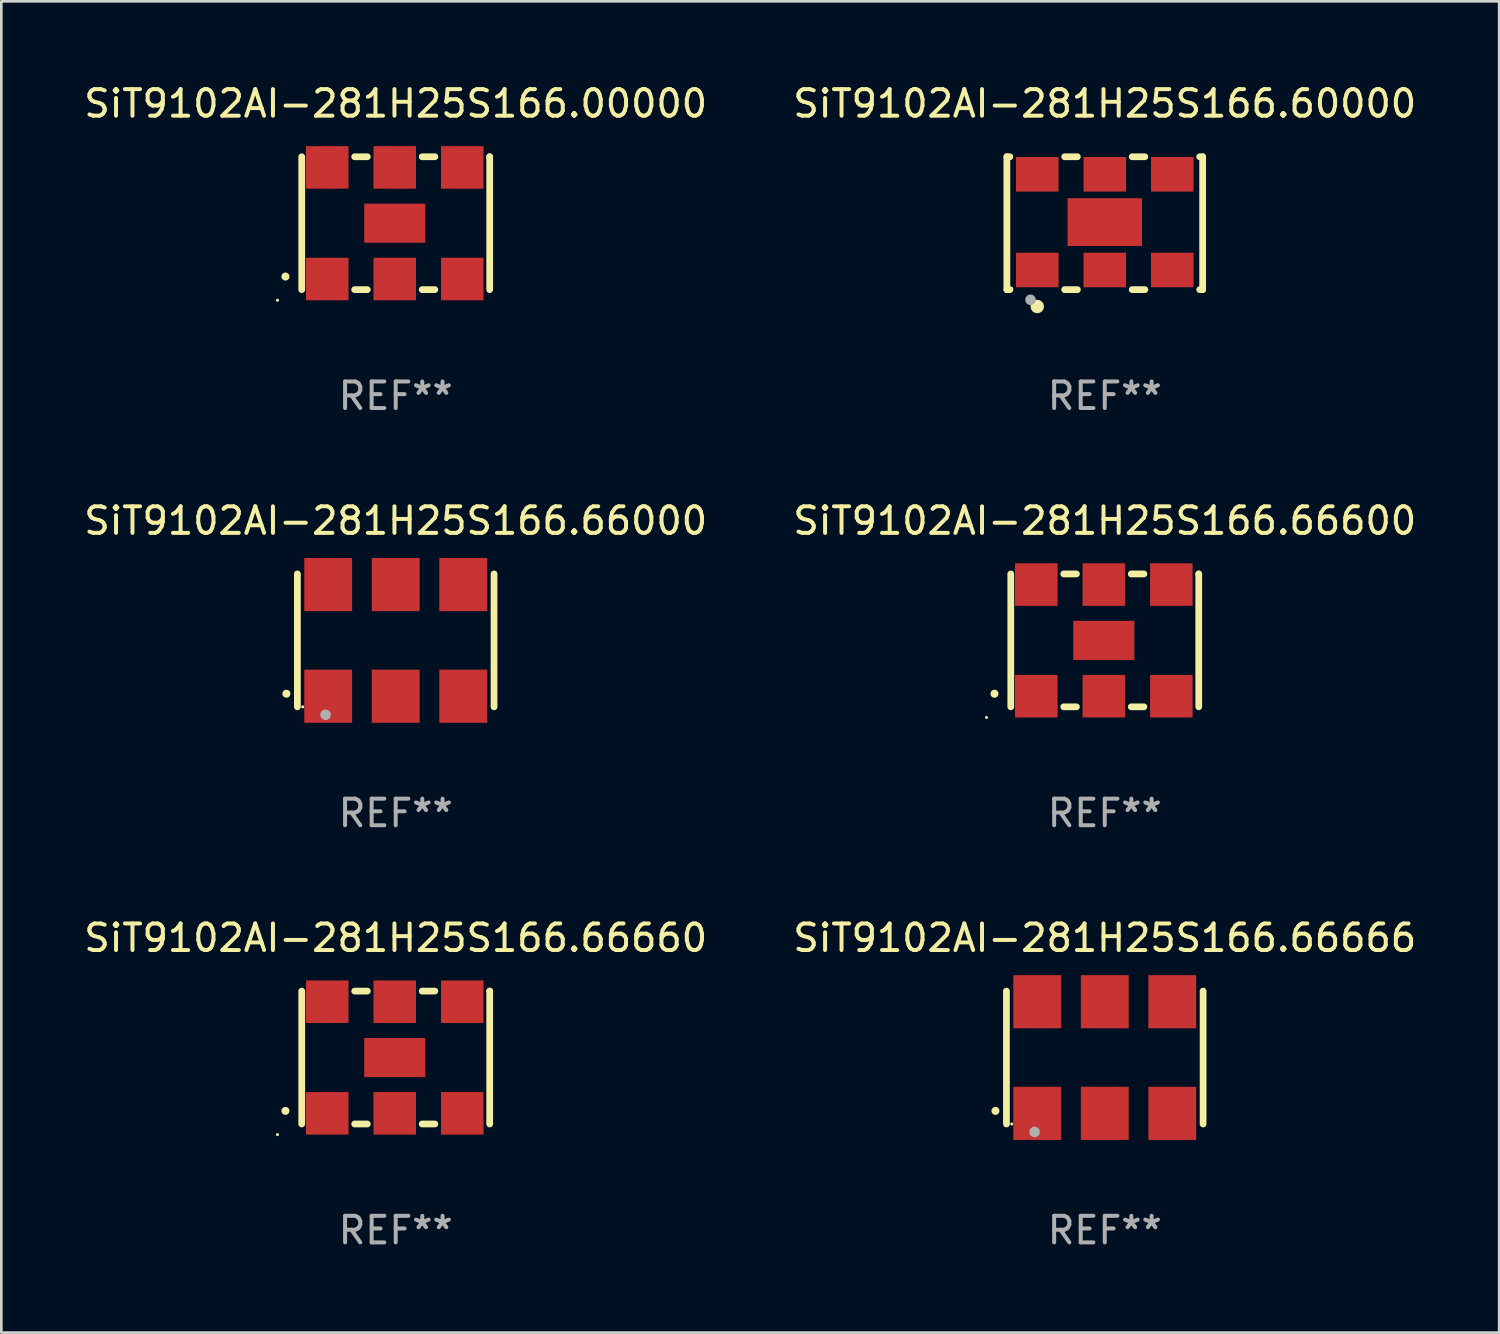
<source format=kicad_pcb>
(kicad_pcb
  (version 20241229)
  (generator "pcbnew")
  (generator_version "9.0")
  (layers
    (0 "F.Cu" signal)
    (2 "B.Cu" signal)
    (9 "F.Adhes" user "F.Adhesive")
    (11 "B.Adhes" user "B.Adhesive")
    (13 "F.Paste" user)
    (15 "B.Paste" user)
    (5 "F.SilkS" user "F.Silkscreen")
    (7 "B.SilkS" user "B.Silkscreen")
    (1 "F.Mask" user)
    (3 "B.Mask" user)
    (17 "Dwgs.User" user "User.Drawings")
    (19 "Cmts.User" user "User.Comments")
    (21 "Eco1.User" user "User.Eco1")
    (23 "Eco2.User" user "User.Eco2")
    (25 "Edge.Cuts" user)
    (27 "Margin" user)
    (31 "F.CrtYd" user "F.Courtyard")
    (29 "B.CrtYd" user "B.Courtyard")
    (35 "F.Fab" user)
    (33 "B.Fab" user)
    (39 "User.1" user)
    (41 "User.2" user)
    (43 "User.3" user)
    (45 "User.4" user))
  (footprint "SiT9102AI-281H25S166.66000"
    (layer "F.Cu")
    (at 11.839 21.045)
    (property "Reference" "SiT9102AI-281H25S166.66000" (at 0 -4.5 0) (layer "F.SilkS") (effects (font (size 1 1) (thickness 0.15))))
    (attr through_hole)
    (fp_line (start -3.7 -2.5) (end -3.7 2.5) (stroke (width 0.254) (type solid)) (layer "F.SilkS"))
    (fp_line (start 3.7 -2.5) (end 3.7 2.5) (stroke (width 0.254) (type solid)) (layer "F.SilkS"))
    (fp_arc (start -4.114415 2.006604) (mid -4.113145 2.006599) (end -4.111875 2.006604) (stroke (width 0.3) (type solid)) (layer "F.SilkS"))
    (fp_circle (center -3.5 2.501) (end -3.47 2.501) (stroke (width 0.06) (type solid)) (fill no) (layer "F.SilkS"))
    (fp_circle (center -2.641 2.799) (end -2.541 2.799) (stroke (width 0.2) (type solid)) (fill no) (layer "F.Fab"))
    (fp_text user "REF**" (at 0 6.5 0) (layer "F.Fab") (effects (font (size 1 1) (thickness 0.15))))
    (pad "1" smd rect (at -2.54 2.1) (size 1.8 2) (layers "F.Cu" "F.Mask" "F.Paste"))
    (pad "2" smd rect (at 0.000394 2.1) (size 1.8 2) (layers "F.Cu" "F.Mask" "F.Paste"))
    (pad "3" smd rect (at 2.54 2.1) (size 1.8 2) (layers "F.Cu" "F.Mask" "F.Paste"))
    (pad "4" smd rect (at 2.54 -2.1) (size 1.8 2) (layers "F.Cu" "F.Mask" "F.Paste"))
    (pad "5" smd rect (at 0.000394 -2.1) (size 1.8 2) (layers "F.Cu" "F.Mask" "F.Paste"))
    (pad "6" smd rect (at -2.54 -2.1) (size 1.8 2) (layers "F.Cu" "F.Mask" "F.Paste")))
  (footprint "SiT9102AI-281H25S166.66600"
    (layer "F.Cu")
    (at 38.518 21.045)
    (property "Reference" "SiT9102AI-281H25S166.66600" (at 0 -4.5 0) (layer "F.SilkS") (effects (font (size 1 1) (thickness 0.15))))
    (attr through_hole)
    (fp_line (start -3.536 -2.5) (end -3.536 2.5) (stroke (width 0.254) (type solid)) (layer "F.SilkS"))
    (fp_line (start -1.544 2.5) (end -1.067 2.5) (stroke (width 0.254) (type solid)) (layer "F.SilkS"))
    (fp_line (start -1.067 -2.5) (end -1.544 -2.5) (stroke (width 0.254) (type solid)) (layer "F.SilkS"))
    (fp_line (start 0.996 2.5) (end 1.473 2.5) (stroke (width 0.254) (type solid)) (layer "F.SilkS"))
    (fp_line (start 1.473 -2.5) (end 0.996 -2.5) (stroke (width 0.254) (type solid)) (layer "F.SilkS"))
    (fp_line (start 3.536 -2.5) (end 3.536 -2.5) (stroke (width 0.254) (type solid)) (layer "F.SilkS"))
    (fp_line (start 3.536 2.5) (end 3.536 -2.5) (stroke (width 0.254) (type solid)) (layer "F.SilkS"))
    (fp_arc (start -4.150432 2.006604) (mid -4.149162 2.006599) (end -4.147892 2.006604) (stroke (width 0.3) (type solid)) (layer "F.SilkS"))
    (fp_circle (center -4.449 2.9) (end -4.419 2.9) (stroke (width 0.06) (type solid)) (fill no) (layer "F.SilkS"))
    (fp_text user "REF**" (at 0 6.5 0) (layer "F.Fab") (effects (font (size 1 1) (thickness 0.15))))
    (pad "1" smd rect (at -2.576 2.1) (size 1.6 1.6) (layers "F.Cu" "F.Mask" "F.Paste"))
    (pad "2" smd rect (at -0.036 2.1) (size 1.6 1.6) (layers "F.Cu" "F.Mask" "F.Paste"))
    (pad "3" smd rect (at 2.504 2.1) (size 1.6 1.6) (layers "F.Cu" "F.Mask" "F.Paste"))
    (pad "4" smd rect (at 2.504 -2.1) (size 1.6 1.6) (layers "F.Cu" "F.Mask" "F.Paste"))
    (pad "5" smd rect (at -0.036 -2.1) (size 1.6 1.6) (layers "F.Cu" "F.Mask" "F.Paste"))
    (pad "6" smd rect (at -2.576 -2.1) (size 1.6 1.6) (layers "F.Cu" "F.Mask" "F.Paste"))
    (pad "7" smd rect (at -0.036 0) (size 2.3 1.47) (layers "F.Cu" "F.Mask" "F.Paste")))
  (footprint "SiT9102AI-281H25S166.60000"
    (layer "F.Cu")
    (at 38.518 5.348)
    (property "Reference" "SiT9102AI-281H25S166.60000" (at 0 -4.5 0) (layer "F.SilkS") (effects (font (size 1 1) (thickness 0.15))))
    (attr through_hole)
    (fp_line (start -3.683 -2.5) (end -3.571 -2.5) (stroke (width 0.254) (type solid)) (layer "F.SilkS"))
    (fp_line (start -3.683 2.5) (end -3.683 -2.5) (stroke (width 0.254) (type solid)) (layer "F.SilkS"))
    (fp_line (start -3.683 2.5) (end -3.571 2.5) (stroke (width 0.254) (type solid)) (layer "F.SilkS"))
    (fp_line (start -1.509 -2.5) (end -1.031 -2.5) (stroke (width 0.254) (type solid)) (layer "F.SilkS"))
    (fp_line (start -1.509 2.5) (end -1.031 2.5) (stroke (width 0.254) (type solid)) (layer "F.SilkS"))
    (fp_line (start 1.031 -2.5) (end 1.509 -2.5) (stroke (width 0.254) (type solid)) (layer "F.SilkS"))
    (fp_line (start 1.031 2.5) (end 1.509 2.5) (stroke (width 0.254) (type solid)) (layer "F.SilkS"))
    (fp_line (start 3.571 -2.5) (end 3.683 -2.5) (stroke (width 0.254) (type solid)) (layer "F.SilkS"))
    (fp_line (start 3.571 2.5) (end 3.683 2.5) (stroke (width 0.254) (type solid)) (layer "F.SilkS"))
    (fp_line (start 3.683 2.5) (end 3.683 -2.5) (stroke (width 0.254) (type solid)) (layer "F.SilkS"))
    (fp_circle (center -3.5 2.46) (end -3.47 2.46) (stroke (width 0.06) (type solid)) (fill no) (layer "F.SilkS"))
    (fp_circle (center -2.54 3.135) (end -2.413 3.135) (stroke (width 0.254) (type solid)) (fill no) (layer "F.SilkS"))
    (fp_circle (center -2.794 2.881) (end -2.694 2.881) (stroke (width 0.2) (type solid)) (fill no) (layer "F.Fab"))
    (fp_text user "REF**" (at 0 6.5 0) (layer "F.Fab") (effects (font (size 1 1) (thickness 0.15))))
    (pad "1" smd rect (at -2.54 1.76) (size 1.6 1.3) (layers "F.Cu" "F.Mask" "F.Paste"))
    (pad "2" smd rect (at 0 1.76) (size 1.6 1.3) (layers "F.Cu" "F.Mask" "F.Paste"))
    (pad "3" smd rect (at 2.54 1.76) (size 1.6 1.3) (layers "F.Cu" "F.Mask" "F.Paste"))
    (pad "4" smd rect (at 2.54 -1.84) (size 1.6 1.3) (layers "F.Cu" "F.Mask" "F.Paste"))
    (pad "5" smd rect (at 0 -1.84) (size 1.6 1.3) (layers "F.Cu" "F.Mask" "F.Paste"))
    (pad "6" smd rect (at -2.54 -1.84) (size 1.6 1.3) (layers "F.Cu" "F.Mask" "F.Paste"))
    (pad "7" smd rect (at 0 -0.04) (size 2.8 1.8) (layers "F.Cu" "F.Mask" "F.Paste")))
  (footprint "SiT9102AI-281H25S166.66666"
    (layer "F.Cu")
    (at 38.518 36.741)
    (property "Reference" "SiT9102AI-281H25S166.66666" (at 0 -4.5 0) (layer "F.SilkS") (effects (font (size 1 1) (thickness 0.15))))
    (attr through_hole)
    (fp_line (start -3.7 -2.5) (end -3.7 2.5) (stroke (width 0.254) (type solid)) (layer "F.SilkS"))
    (fp_line (start 3.7 -2.5) (end 3.7 2.5) (stroke (width 0.254) (type solid)) (layer "F.SilkS"))
    (fp_arc (start -4.114415 2.006604) (mid -4.113145 2.006599) (end -4.111875 2.006604) (stroke (width 0.3) (type solid)) (layer "F.SilkS"))
    (fp_circle (center -3.5 2.501) (end -3.47 2.501) (stroke (width 0.06) (type solid)) (fill no) (layer "F.SilkS"))
    (fp_circle (center -2.641 2.799) (end -2.541 2.799) (stroke (width 0.2) (type solid)) (fill no) (layer "F.Fab"))
    (fp_text user "REF**" (at 0 6.5 0) (layer "F.Fab") (effects (font (size 1 1) (thickness 0.15))))
    (pad "1" smd rect (at -2.54 2.1) (size 1.8 2) (layers "F.Cu" "F.Mask" "F.Paste"))
    (pad "2" smd rect (at 0.000394 2.1) (size 1.8 2) (layers "F.Cu" "F.Mask" "F.Paste"))
    (pad "3" smd rect (at 2.54 2.1) (size 1.8 2) (layers "F.Cu" "F.Mask" "F.Paste"))
    (pad "4" smd rect (at 2.54 -2.1) (size 1.8 2) (layers "F.Cu" "F.Mask" "F.Paste"))
    (pad "5" smd rect (at 0.000394 -2.1) (size 1.8 2) (layers "F.Cu" "F.Mask" "F.Paste"))
    (pad "6" smd rect (at -2.54 -2.1) (size 1.8 2) (layers "F.Cu" "F.Mask" "F.Paste")))
  (footprint "SiT9102AI-281H25S166.66660"
    (layer "F.Cu")
    (at 11.839 36.741)
    (property "Reference" "SiT9102AI-281H25S166.66660" (at 0 -4.5 0) (layer "F.SilkS") (effects (font (size 1 1) (thickness 0.15))))
    (attr through_hole)
    (fp_line (start -3.536 -2.5) (end -3.536 2.5) (stroke (width 0.254) (type solid)) (layer "F.SilkS"))
    (fp_line (start -1.544 2.5) (end -1.067 2.5) (stroke (width 0.254) (type solid)) (layer "F.SilkS"))
    (fp_line (start -1.067 -2.5) (end -1.544 -2.5) (stroke (width 0.254) (type solid)) (layer "F.SilkS"))
    (fp_line (start 0.996 2.5) (end 1.473 2.5) (stroke (width 0.254) (type solid)) (layer "F.SilkS"))
    (fp_line (start 1.473 -2.5) (end 0.996 -2.5) (stroke (width 0.254) (type solid)) (layer "F.SilkS"))
    (fp_line (start 3.536 -2.5) (end 3.536 -2.5) (stroke (width 0.254) (type solid)) (layer "F.SilkS"))
    (fp_line (start 3.536 2.5) (end 3.536 -2.5) (stroke (width 0.254) (type solid)) (layer "F.SilkS"))
    (fp_arc (start -4.150432 2.006604) (mid -4.149162 2.006599) (end -4.147892 2.006604) (stroke (width 0.3) (type solid)) (layer "F.SilkS"))
    (fp_circle (center -4.449 2.9) (end -4.419 2.9) (stroke (width 0.06) (type solid)) (fill no) (layer "F.SilkS"))
    (fp_text user "REF**" (at 0 6.5 0) (layer "F.Fab") (effects (font (size 1 1) (thickness 0.15))))
    (pad "1" smd rect (at -2.576 2.1) (size 1.6 1.6) (layers "F.Cu" "F.Mask" "F.Paste"))
    (pad "2" smd rect (at -0.036 2.1) (size 1.6 1.6) (layers "F.Cu" "F.Mask" "F.Paste"))
    (pad "3" smd rect (at 2.504 2.1) (size 1.6 1.6) (layers "F.Cu" "F.Mask" "F.Paste"))
    (pad "4" smd rect (at 2.504 -2.1) (size 1.6 1.6) (layers "F.Cu" "F.Mask" "F.Paste"))
    (pad "5" smd rect (at -0.036 -2.1) (size 1.6 1.6) (layers "F.Cu" "F.Mask" "F.Paste"))
    (pad "6" smd rect (at -2.576 -2.1) (size 1.6 1.6) (layers "F.Cu" "F.Mask" "F.Paste"))
    (pad "7" smd rect (at -0.036 0) (size 2.3 1.47) (layers "F.Cu" "F.Mask" "F.Paste")))
  (footprint "SiT9102AI-281H25S166.00000"
    (layer "F.Cu")
    (at 11.839 5.348)
    (property "Reference" "SiT9102AI-281H25S166.00000" (at 0 -4.5 0) (layer "F.SilkS") (effects (font (size 1 1) (thickness 0.15))))
    (attr through_hole)
    (fp_line (start -3.536 -2.5) (end -3.536 2.5) (stroke (width 0.254) (type solid)) (layer "F.SilkS"))
    (fp_line (start -1.544 2.5) (end -1.067 2.5) (stroke (width 0.254) (type solid)) (layer "F.SilkS"))
    (fp_line (start -1.067 -2.5) (end -1.544 -2.5) (stroke (width 0.254) (type solid)) (layer "F.SilkS"))
    (fp_line (start 0.996 2.5) (end 1.473 2.5) (stroke (width 0.254) (type solid)) (layer "F.SilkS"))
    (fp_line (start 1.473 -2.5) (end 0.996 -2.5) (stroke (width 0.254) (type solid)) (layer "F.SilkS"))
    (fp_line (start 3.536 -2.5) (end 3.536 -2.5) (stroke (width 0.254) (type solid)) (layer "F.SilkS"))
    (fp_line (start 3.536 2.5) (end 3.536 -2.5) (stroke (width 0.254) (type solid)) (layer "F.SilkS"))
    (fp_arc (start -4.150432 2.006604) (mid -4.149162 2.006599) (end -4.147892 2.006604) (stroke (width 0.3) (type solid)) (layer "F.SilkS"))
    (fp_circle (center -4.449 2.9) (end -4.419 2.9) (stroke (width 0.06) (type solid)) (fill no) (layer "F.SilkS"))
    (fp_text user "REF**" (at 0 6.5 0) (layer "F.Fab") (effects (font (size 1 1) (thickness 0.15))))
    (pad "1" smd rect (at -2.576 2.1) (size 1.6 1.6) (layers "F.Cu" "F.Mask" "F.Paste"))
    (pad "2" smd rect (at -0.036 2.1) (size 1.6 1.6) (layers "F.Cu" "F.Mask" "F.Paste"))
    (pad "3" smd rect (at 2.504 2.1) (size 1.6 1.6) (layers "F.Cu" "F.Mask" "F.Paste"))
    (pad "4" smd rect (at 2.504 -2.1) (size 1.6 1.6) (layers "F.Cu" "F.Mask" "F.Paste"))
    (pad "5" smd rect (at -0.036 -2.1) (size 1.6 1.6) (layers "F.Cu" "F.Mask" "F.Paste"))
    (pad "6" smd rect (at -2.576 -2.1) (size 1.6 1.6) (layers "F.Cu" "F.Mask" "F.Paste"))
    (pad "7" smd rect (at -0.036 0) (size 2.3 1.47) (layers "F.Cu" "F.Mask" "F.Paste")))
  (gr_rect
    (start -3 -3)
    (end 53.357 47.09)
    (stroke (width 0.1) (type default))
    (fill no)
    (layer "Edge.Cuts")))
</source>
